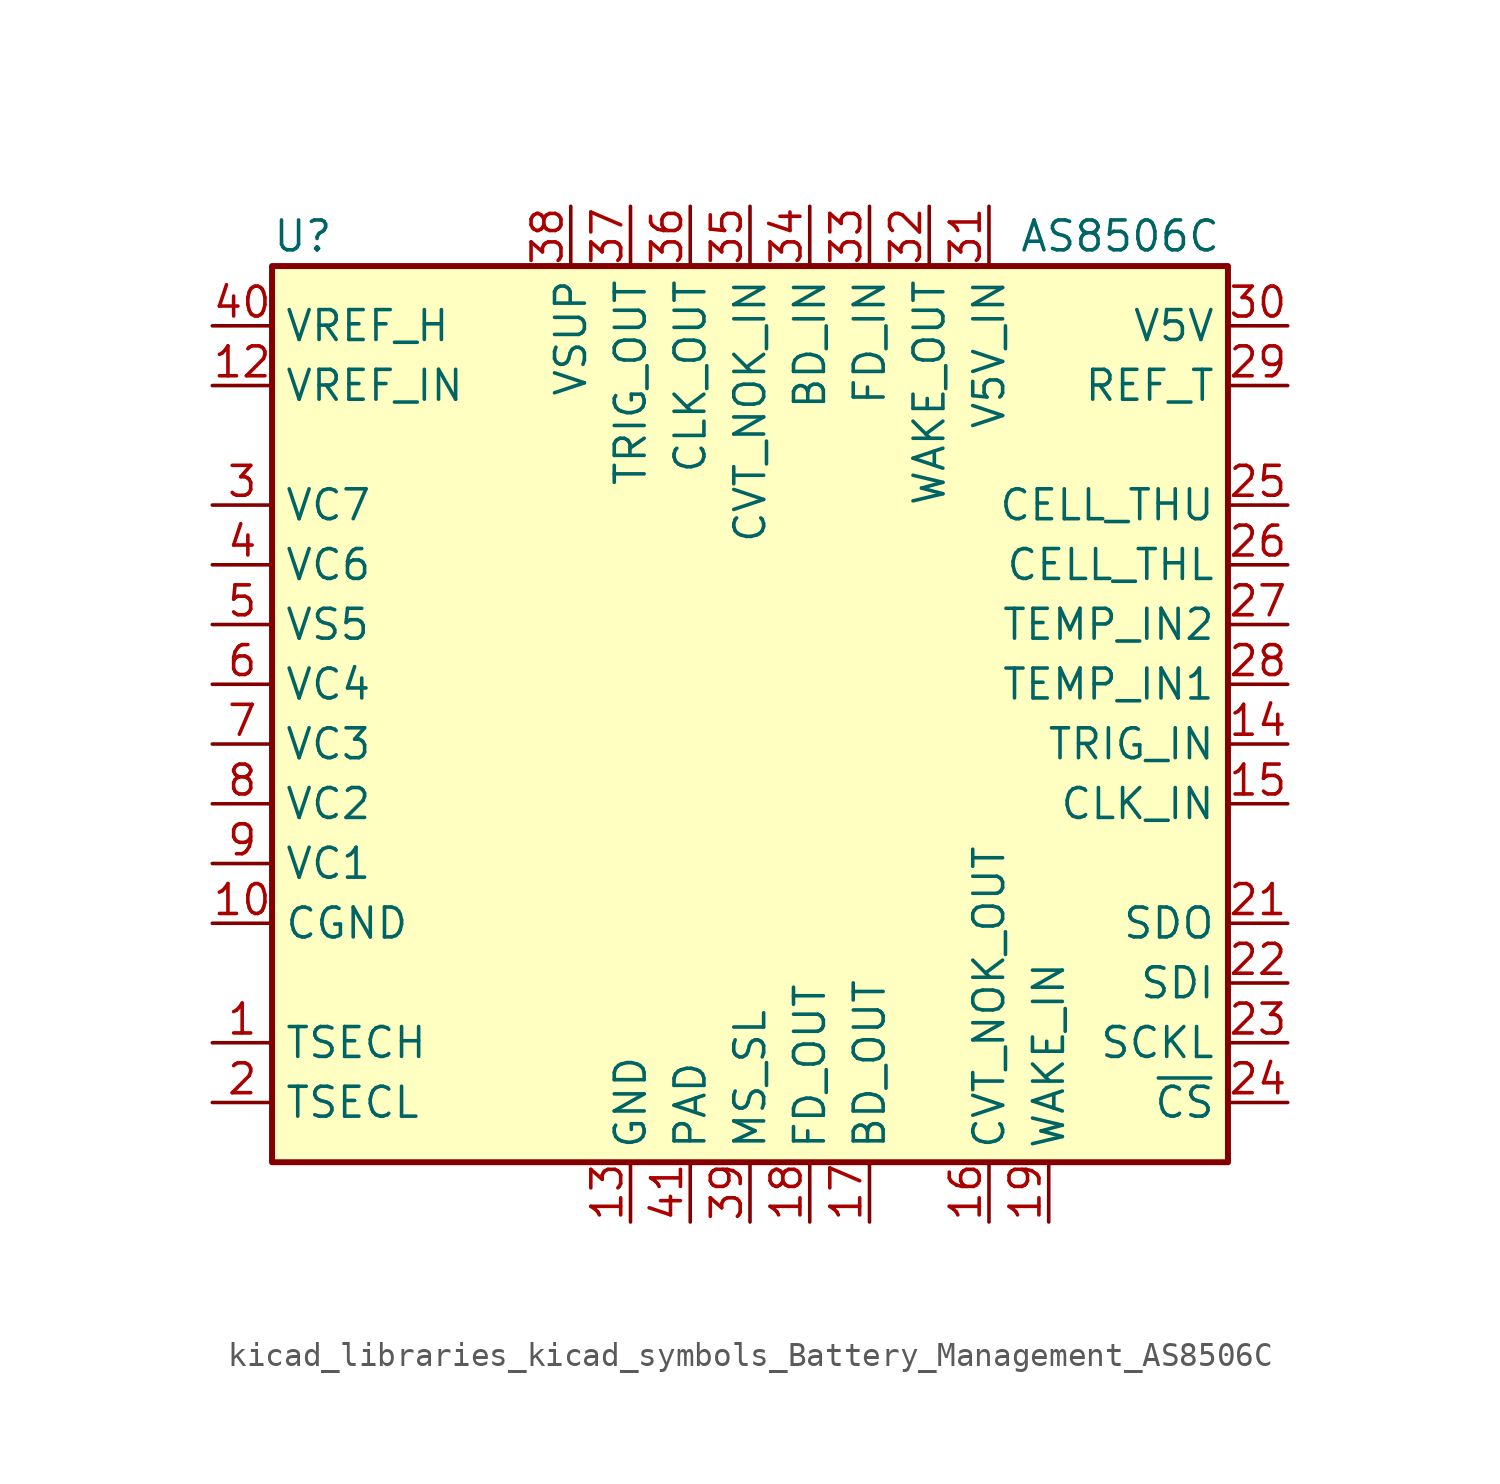
<source format=kicad_sym>
(kicad_symbol_lib
  (version 20220914)
  (generator kicad_symbol_editor)
  (symbol "kicad_libraries_kicad_symbols_Battery_Management_AS8506C"
    (property "Reference" "U"
      (at -20.32 21.59 0)
      (effects (font (size 1.27 1.27)) (justify left)))
    (property "Value" "AS8506C"
      (at 11.43 21.59 0)
      (effects (font (size 1.27 1.27)) (justify left)))
    (symbol "kicad_libraries_kicad_symbols_Battery_Management_AS8506C_0_1"
      (rectangle (start 20.32 -17.78) (end -20.32 20.32) (stroke (width 0.254) (type default)) (fill (type background))))
    (symbol "kicad_libraries_kicad_symbols_Battery_Management_AS8506C_1_1"
      (pin input line (at -22.86 -12.7 0) (length 2.54) (name "TSECH" (effects (font (size 1.27 1.27)))) (number "1" (effects (font (size 1.27 1.27)))))
      (pin input line (at -22.86 -7.62 0) (length 2.54) (name "CGND" (effects (font (size 1.27 1.27)))) (number "10" (effects (font (size 1.27 1.27)))))
      (pin no_connect line (at -10.16 -17.78 90) (length 2.54) hide (name "NC" (effects (font (size 1.27 1.27)))) (number "11" (effects (font (size 1.27 1.27)))))
      (pin input line (at -22.86 15.24 0) (length 2.54) (name "VREF_IN" (effects (font (size 1.27 1.27)))) (number "12" (effects (font (size 1.27 1.27)))))
      (pin power_in line (at -5.08 -20.32 90) (length 2.54) (name "GND" (effects (font (size 1.27 1.27)))) (number "13" (effects (font (size 1.27 1.27)))))
      (pin input line (at 22.86 0 180) (length 2.54) (name "TRIG_IN" (effects (font (size 1.27 1.27)))) (number "14" (effects (font (size 1.27 1.27)))))
      (pin input line (at 22.86 -2.54 180) (length 2.54) (name "CLK_IN" (effects (font (size 1.27 1.27)))) (number "15" (effects (font (size 1.27 1.27)))))
      (pin input line (at 10.16 -20.32 90) (length 2.54) (name "CVT_NOK_OUT" (effects (font (size 1.27 1.27)))) (number "16" (effects (font (size 1.27 1.27)))))
      (pin input line (at 5.08 -20.32 90) (length 2.54) (name "BD_OUT" (effects (font (size 1.27 1.27)))) (number "17" (effects (font (size 1.27 1.27)))))
      (pin input line (at 2.54 -20.32 90) (length 2.54) (name "FD_OUT" (effects (font (size 1.27 1.27)))) (number "18" (effects (font (size 1.27 1.27)))))
      (pin input line (at 12.7 -20.32 90) (length 2.54) (name "WAKE_IN" (effects (font (size 1.27 1.27)))) (number "19" (effects (font (size 1.27 1.27)))))
      (pin input line (at -22.86 -15.24 0) (length 2.54) (name "TSECL" (effects (font (size 1.27 1.27)))) (number "2" (effects (font (size 1.27 1.27)))))
      (pin no_connect line (at -7.62 -17.78 90) (length 2.54) hide (name "NC_T" (effects (font (size 1.27 1.27)))) (number "20" (effects (font (size 1.27 1.27)))))
      (pin output line (at 22.86 -7.62 180) (length 2.54) (name "SDO" (effects (font (size 1.27 1.27)))) (number "21" (effects (font (size 1.27 1.27)))))
      (pin input line (at 22.86 -10.16 180) (length 2.54) (name "SDI" (effects (font (size 1.27 1.27)))) (number "22" (effects (font (size 1.27 1.27)))))
      (pin input line (at 22.86 -12.7 180) (length 2.54) (name "SCKL" (effects (font (size 1.27 1.27)))) (number "23" (effects (font (size 1.27 1.27)))))
      (pin input line (at 22.86 -15.24 180) (length 2.54) (name "~{CS}" (effects (font (size 1.27 1.27)))) (number "24" (effects (font (size 1.27 1.27)))))
      (pin input line (at 22.86 10.16 180) (length 2.54) (name "CELL_THU" (effects (font (size 1.27 1.27)))) (number "25" (effects (font (size 1.27 1.27)))))
      (pin input line (at 22.86 7.62 180) (length 2.54) (name "CELL_THL" (effects (font (size 1.27 1.27)))) (number "26" (effects (font (size 1.27 1.27)))))
      (pin input line (at 22.86 5.08 180) (length 2.54) (name "TEMP_IN2" (effects (font (size 1.27 1.27)))) (number "27" (effects (font (size 1.27 1.27)))))
      (pin input line (at 22.86 2.54 180) (length 2.54) (name "TEMP_IN1" (effects (font (size 1.27 1.27)))) (number "28" (effects (font (size 1.27 1.27)))))
      (pin input line (at 22.86 15.24 180) (length 2.54) (name "REF_T" (effects (font (size 1.27 1.27)))) (number "29" (effects (font (size 1.27 1.27)))))
      (pin input line (at -22.86 10.16 0) (length 2.54) (name "VC7" (effects (font (size 1.27 1.27)))) (number "3" (effects (font (size 1.27 1.27)))))
      (pin input line (at 22.86 17.78 180) (length 2.54) (name "V5V" (effects (font (size 1.27 1.27)))) (number "30" (effects (font (size 1.27 1.27)))))
      (pin input line (at 10.16 22.86 270) (length 2.54) (name "V5V_IN" (effects (font (size 1.27 1.27)))) (number "31" (effects (font (size 1.27 1.27)))))
      (pin input line (at 7.62 22.86 270) (length 2.54) (name "WAKE_OUT" (effects (font (size 1.27 1.27)))) (number "32" (effects (font (size 1.27 1.27)))))
      (pin input line (at 5.08 22.86 270) (length 2.54) (name "FD_IN" (effects (font (size 1.27 1.27)))) (number "33" (effects (font (size 1.27 1.27)))))
      (pin input line (at 2.54 22.86 270) (length 2.54) (name "BD_IN" (effects (font (size 1.27 1.27)))) (number "34" (effects (font (size 1.27 1.27)))))
      (pin input line (at 0 22.86 270) (length 2.54) (name "CVT_NOK_IN" (effects (font (size 1.27 1.27)))) (number "35" (effects (font (size 1.27 1.27)))))
      (pin input line (at -2.54 22.86 270) (length 2.54) (name "CLK_OUT" (effects (font (size 1.27 1.27)))) (number "36" (effects (font (size 1.27 1.27)))))
      (pin input line (at -5.08 22.86 270) (length 2.54) (name "TRIG_OUT" (effects (font (size 1.27 1.27)))) (number "37" (effects (font (size 1.27 1.27)))))
      (pin power_in line (at -7.62 22.86 270) (length 2.54) (name "VSUP" (effects (font (size 1.27 1.27)))) (number "38" (effects (font (size 1.27 1.27)))))
      (pin input line (at 0 -20.32 90) (length 2.54) (name "MS_SL" (effects (font (size 1.27 1.27)))) (number "39" (effects (font (size 1.27 1.27)))))
      (pin input line (at -22.86 7.62 0) (length 2.54) (name "VC6" (effects (font (size 1.27 1.27)))) (number "4" (effects (font (size 1.27 1.27)))))
      (pin input line (at -22.86 17.78 0) (length 2.54) (name "VREF_H" (effects (font (size 1.27 1.27)))) (number "40" (effects (font (size 1.27 1.27)))))
      (pin power_in line (at -2.54 -20.32 90) (length 2.54) (name "PAD" (effects (font (size 1.27 1.27)))) (number "41" (effects (font (size 1.27 1.27)))))
      (pin input line (at -22.86 5.08 0) (length 2.54) (name "VS5" (effects (font (size 1.27 1.27)))) (number "5" (effects (font (size 1.27 1.27)))))
      (pin input line (at -22.86 2.54 0) (length 2.54) (name "VC4" (effects (font (size 1.27 1.27)))) (number "6" (effects (font (size 1.27 1.27)))))
      (pin input line (at -22.86 0 0) (length 2.54) (name "VC3" (effects (font (size 1.27 1.27)))) (number "7" (effects (font (size 1.27 1.27)))))
      (pin input line (at -22.86 -2.54 0) (length 2.54) (name "VC2" (effects (font (size 1.27 1.27)))) (number "8" (effects (font (size 1.27 1.27)))))
      (pin input line (at -22.86 -5.08 0) (length 2.54) (name "VC1" (effects (font (size 1.27 1.27)))) (number "9" (effects (font (size 1.27 1.27))))))))
</source>
